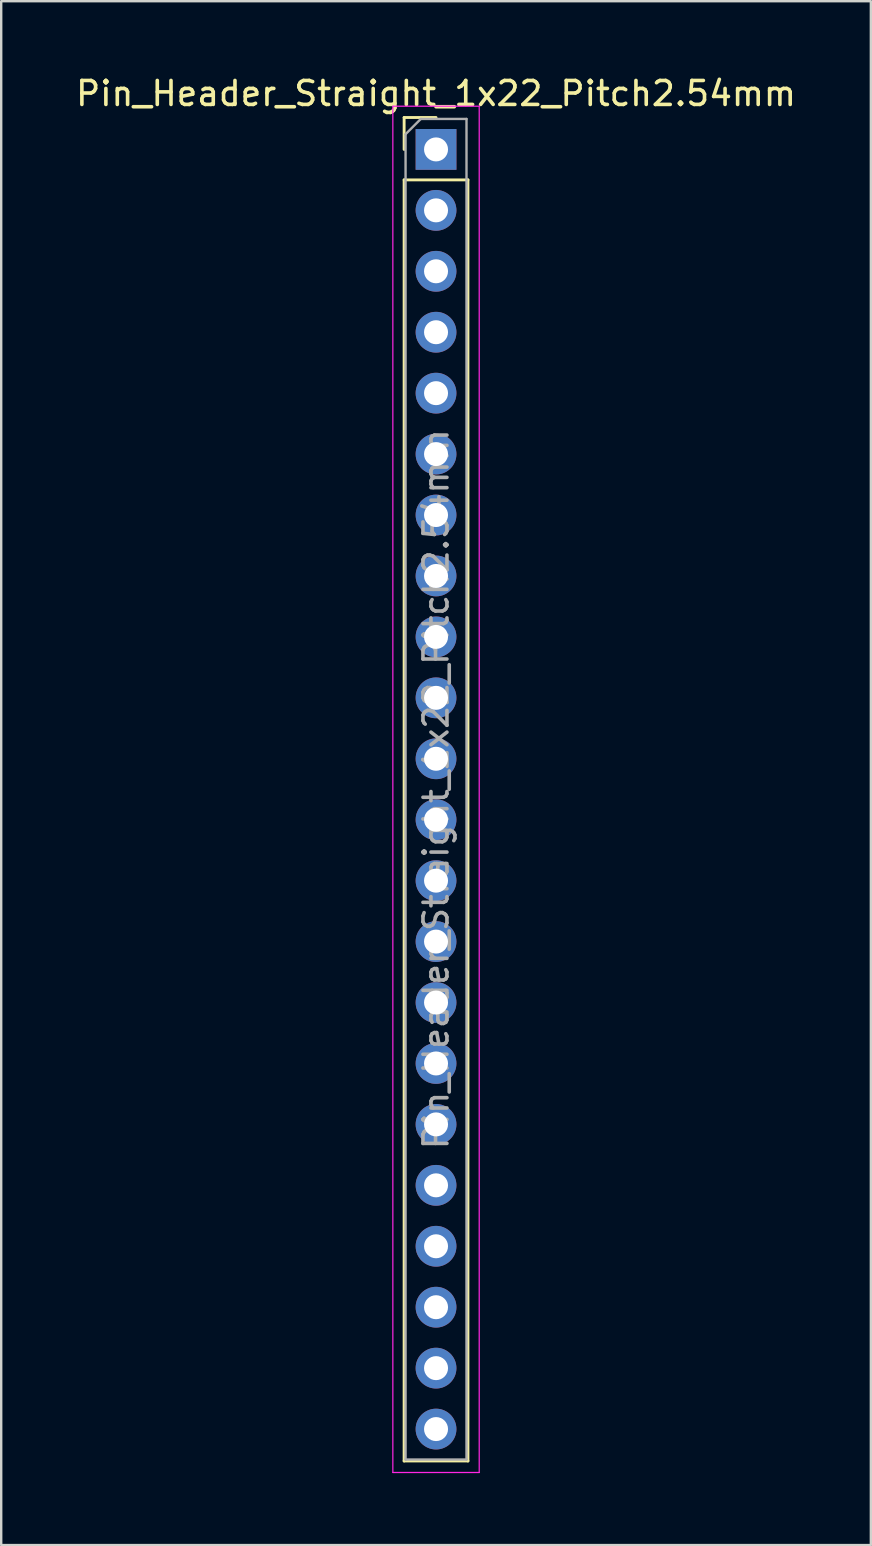
<source format=kicad_pcb>
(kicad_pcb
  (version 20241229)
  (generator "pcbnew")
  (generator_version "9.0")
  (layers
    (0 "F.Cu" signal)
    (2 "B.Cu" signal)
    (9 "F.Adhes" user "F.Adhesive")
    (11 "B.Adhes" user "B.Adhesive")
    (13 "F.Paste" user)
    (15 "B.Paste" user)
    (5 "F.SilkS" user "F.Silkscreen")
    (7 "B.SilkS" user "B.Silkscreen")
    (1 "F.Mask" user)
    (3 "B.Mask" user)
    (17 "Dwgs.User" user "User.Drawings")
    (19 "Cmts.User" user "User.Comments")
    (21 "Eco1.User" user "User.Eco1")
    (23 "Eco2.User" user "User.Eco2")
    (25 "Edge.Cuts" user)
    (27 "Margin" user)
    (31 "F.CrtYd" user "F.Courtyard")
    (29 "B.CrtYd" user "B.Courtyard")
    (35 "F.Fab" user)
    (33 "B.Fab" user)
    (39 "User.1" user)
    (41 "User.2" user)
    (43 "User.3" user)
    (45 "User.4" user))
  (footprint "Pin_Header_Straight_1x22_Pitch2.54mm"
    (layer "F.Cu")
    (at 15.125 3.178)
    (property "Reference" "Pin_Header_Straight_1x22_Pitch2.54mm" (at 0 -2.33 0) (layer "F.SilkS") (effects (font (size 1 1) (thickness 0.15))))
    (attr through_hole)
    (fp_line (start -1.33 -1.33) (end 0 -1.33) (stroke (width 0.12) (type solid)) (layer "F.SilkS"))
    (fp_line (start -1.33 0) (end -1.33 -1.33) (stroke (width 0.12) (type solid)) (layer "F.SilkS"))
    (fp_line (start -1.33 1.27) (end -1.33 54.67) (stroke (width 0.12) (type solid)) (layer "F.SilkS"))
    (fp_line (start -1.33 1.27) (end 1.33 1.27) (stroke (width 0.12) (type solid)) (layer "F.SilkS"))
    (fp_line (start -1.33 54.67) (end 1.33 54.67) (stroke (width 0.12) (type solid)) (layer "F.SilkS"))
    (fp_line (start 1.33 1.27) (end 1.33 54.67) (stroke (width 0.12) (type solid)) (layer "F.SilkS"))
    (fp_line (start -1.8 -1.8) (end -1.8 55.15) (stroke (width 0.05) (type solid)) (layer "F.CrtYd"))
    (fp_line (start -1.8 55.15) (end 1.8 55.15) (stroke (width 0.05) (type solid)) (layer "F.CrtYd"))
    (fp_line (start 1.8 -1.8) (end -1.8 -1.8) (stroke (width 0.05) (type solid)) (layer "F.CrtYd"))
    (fp_line (start 1.8 55.15) (end 1.8 -1.8) (stroke (width 0.05) (type solid)) (layer "F.CrtYd"))
    (fp_line (start -1.27 -0.635) (end -0.635 -1.27) (stroke (width 0.1) (type solid)) (layer "F.Fab"))
    (fp_line (start -1.27 54.61) (end -1.27 -0.635) (stroke (width 0.1) (type solid)) (layer "F.Fab"))
    (fp_line (start -0.635 -1.27) (end 1.27 -1.27) (stroke (width 0.1) (type solid)) (layer "F.Fab"))
    (fp_line (start 1.27 -1.27) (end 1.27 54.61) (stroke (width 0.1) (type solid)) (layer "F.Fab"))
    (fp_line (start 1.27 54.61) (end -1.27 54.61) (stroke (width 0.1) (type solid)) (layer "F.Fab"))
    (fp_text user "${REFERENCE}" (at 0 26.67 90) (layer "F.Fab") (effects (font (size 1 1) (thickness 0.15))))
    (pad "1" thru_hole rect (at 0 0) (size 1.7 1.7) (drill 1) (layers "*.Cu" "*.Mask"))
    (pad "2" thru_hole oval (at 0 2.54) (size 1.7 1.7) (drill 1) (layers "*.Cu" "*.Mask"))
    (pad "3" thru_hole oval (at 0 5.08) (size 1.7 1.7) (drill 1) (layers "*.Cu" "*.Mask"))
    (pad "4" thru_hole oval (at 0 7.62) (size 1.7 1.7) (drill 1) (layers "*.Cu" "*.Mask"))
    (pad "5" thru_hole oval (at 0 10.16) (size 1.7 1.7) (drill 1) (layers "*.Cu" "*.Mask"))
    (pad "6" thru_hole oval (at 0 12.7) (size 1.7 1.7) (drill 1) (layers "*.Cu" "*.Mask"))
    (pad "7" thru_hole oval (at 0 15.24) (size 1.7 1.7) (drill 1) (layers "*.Cu" "*.Mask"))
    (pad "8" thru_hole oval (at 0 17.78) (size 1.7 1.7) (drill 1) (layers "*.Cu" "*.Mask"))
    (pad "9" thru_hole oval (at 0 20.32) (size 1.7 1.7) (drill 1) (layers "*.Cu" "*.Mask"))
    (pad "10" thru_hole oval (at 0 22.86) (size 1.7 1.7) (drill 1) (layers "*.Cu" "*.Mask"))
    (pad "11" thru_hole oval (at 0 25.4) (size 1.7 1.7) (drill 1) (layers "*.Cu" "*.Mask"))
    (pad "12" thru_hole oval (at 0 27.94) (size 1.7 1.7) (drill 1) (layers "*.Cu" "*.Mask"))
    (pad "13" thru_hole oval (at 0 30.48) (size 1.7 1.7) (drill 1) (layers "*.Cu" "*.Mask"))
    (pad "14" thru_hole oval (at 0 33.02) (size 1.7 1.7) (drill 1) (layers "*.Cu" "*.Mask"))
    (pad "15" thru_hole oval (at 0 35.56) (size 1.7 1.7) (drill 1) (layers "*.Cu" "*.Mask"))
    (pad "16" thru_hole oval (at 0 38.1) (size 1.7 1.7) (drill 1) (layers "*.Cu" "*.Mask"))
    (pad "17" thru_hole oval (at 0 40.64) (size 1.7 1.7) (drill 1) (layers "*.Cu" "*.Mask"))
    (pad "18" thru_hole oval (at 0 43.18) (size 1.7 1.7) (drill 1) (layers "*.Cu" "*.Mask"))
    (pad "19" thru_hole oval (at 0 45.72) (size 1.7 1.7) (drill 1) (layers "*.Cu" "*.Mask"))
    (pad "20" thru_hole oval (at 0 48.26) (size 1.7 1.7) (drill 1) (layers "*.Cu" "*.Mask"))
    (pad "21" thru_hole oval (at 0 50.8) (size 1.7 1.7) (drill 1) (layers "*.Cu" "*.Mask"))
    (pad "22" thru_hole oval (at 0 53.34) (size 1.7 1.7) (drill 1) (layers "*.Cu" "*.Mask")))
  (gr_rect
    (start -3 -3)
    (end 33.25 61.353)
    (stroke (width 0.1) (type default))
    (fill no)
    (layer "Edge.Cuts")))
</source>
